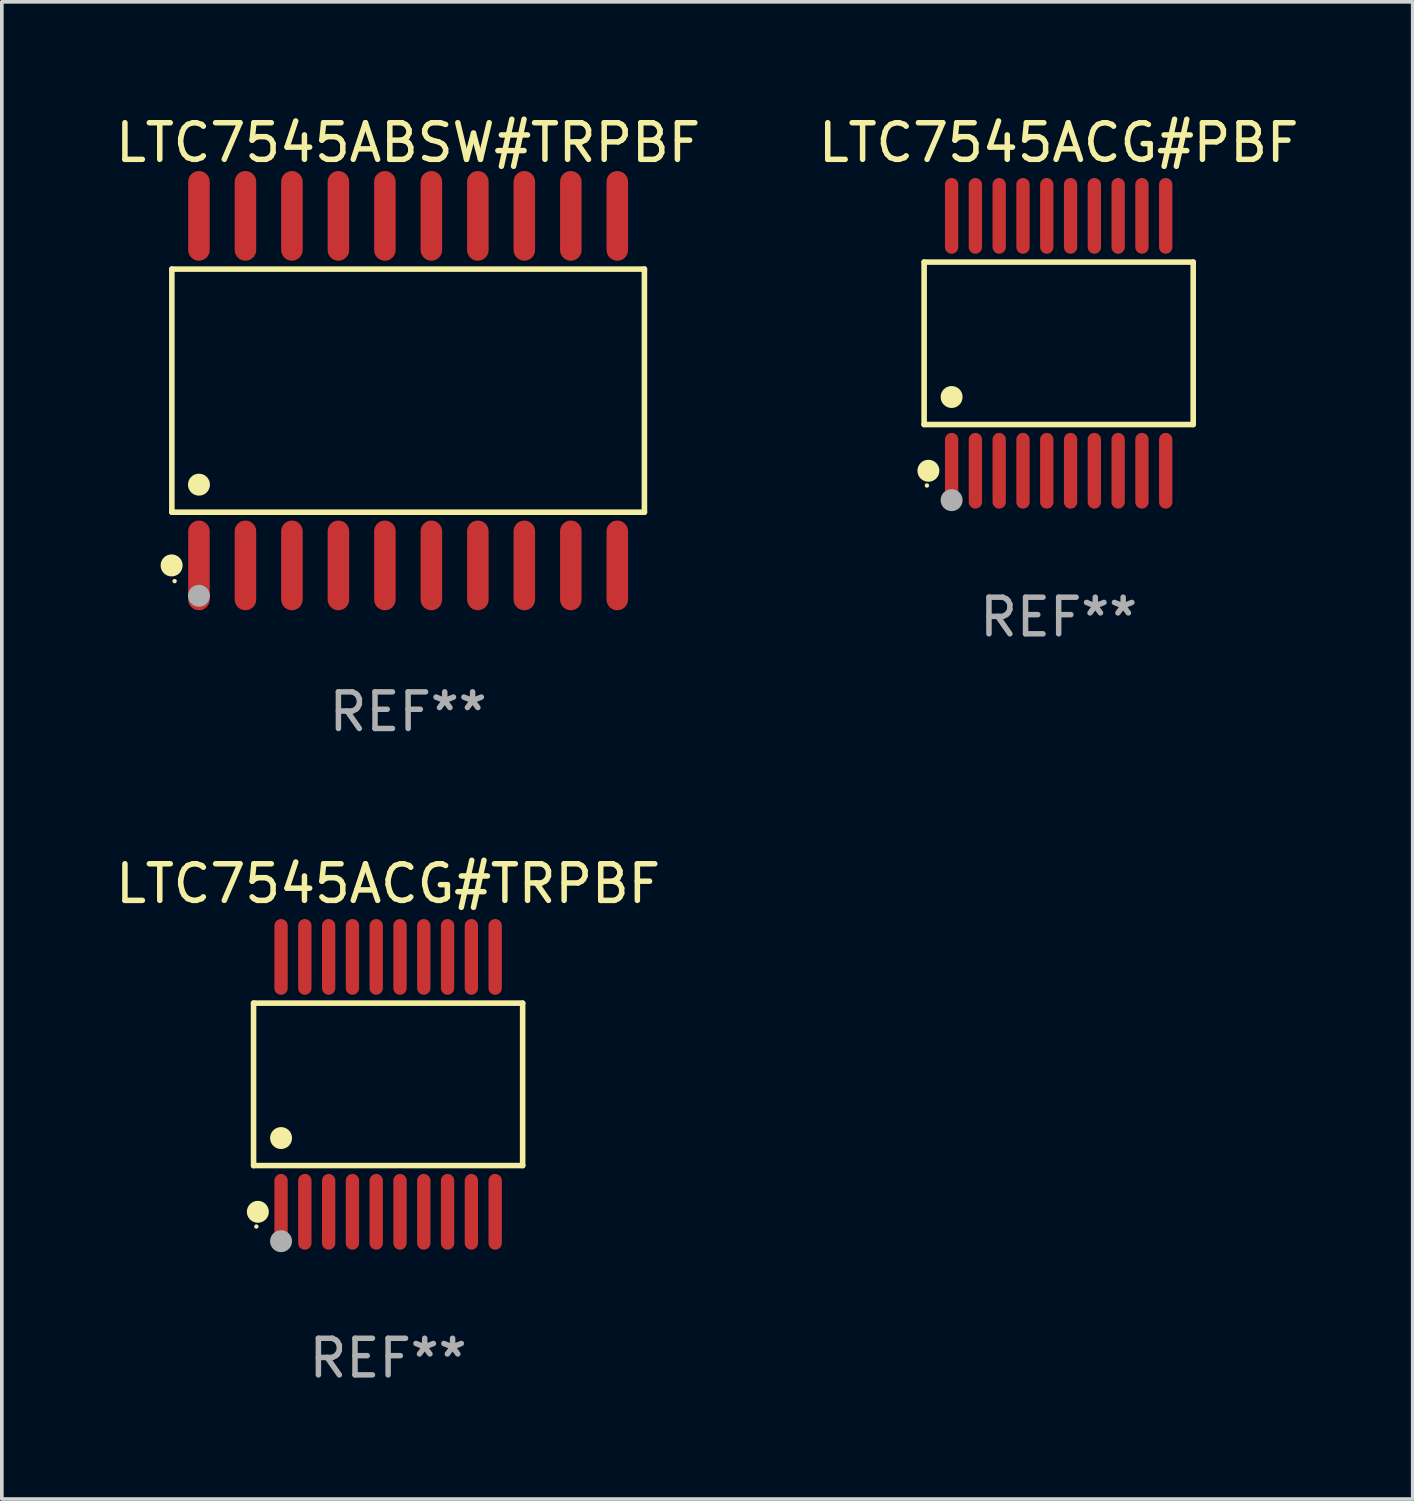
<source format=kicad_pcb>
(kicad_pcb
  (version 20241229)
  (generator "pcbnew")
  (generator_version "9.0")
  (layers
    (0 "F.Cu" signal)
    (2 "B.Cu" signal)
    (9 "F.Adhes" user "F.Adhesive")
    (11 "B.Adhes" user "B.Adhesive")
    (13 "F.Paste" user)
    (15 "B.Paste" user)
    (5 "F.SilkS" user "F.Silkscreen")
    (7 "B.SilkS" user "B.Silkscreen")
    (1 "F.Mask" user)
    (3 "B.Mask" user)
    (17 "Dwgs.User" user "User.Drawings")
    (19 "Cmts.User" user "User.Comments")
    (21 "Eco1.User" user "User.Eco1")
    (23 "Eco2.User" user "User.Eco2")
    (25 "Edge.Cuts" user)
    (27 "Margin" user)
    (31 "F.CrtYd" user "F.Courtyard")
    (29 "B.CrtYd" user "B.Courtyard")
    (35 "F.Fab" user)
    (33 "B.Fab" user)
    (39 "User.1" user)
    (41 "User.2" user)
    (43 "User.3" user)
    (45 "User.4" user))
  (footprint "LTC7545ACG#PBF"
    (layer "F.Cu")
    (at 25.875 6.33)
    (property "Reference" "LTC7545ACG#PBF" (at 0 -5.482 0) (layer "F.SilkS") (effects (font (size 1 1) (thickness 0.15))))
    (attr through_hole)
    (fp_line (start -3.676 -2.219) (end 3.676 -2.219) (stroke (width 0.152) (type solid)) (layer "F.SilkS"))
    (fp_line (start -3.676 2.219) (end -3.676 -2.219) (stroke (width 0.152) (type solid)) (layer "F.SilkS"))
    (fp_line (start 3.676 -2.219) (end 3.676 2.219) (stroke (width 0.152) (type solid)) (layer "F.SilkS"))
    (fp_line (start 3.676 2.219) (end -3.676 2.219) (stroke (width 0.152) (type solid)) (layer "F.SilkS"))
    (fp_circle (center -3.6 3.885) (end -3.57 3.885) (stroke (width 0.06) (type solid)) (fill no) (layer "F.SilkS"))
    (fp_circle (center -3.559 3.482) (end -3.409 3.482) (stroke (width 0.3) (type solid)) (fill no) (layer "F.SilkS"))
    (fp_circle (center -2.925 1.467) (end -2.775 1.467) (stroke (width 0.3) (type solid)) (fill no) (layer "F.SilkS"))
    (fp_circle (center -2.925 4.285) (end -2.775 4.285) (stroke (width 0.3) (type solid)) (fill no) (layer "F.Fab"))
    (fp_text user "REF**" (at 0 7.482 0) (layer "F.Fab") (effects (font (size 1 1) (thickness 0.15))))
    (pad "1" smd oval (at -2.925 3.482) (size 0.364 2.069) (layers "F.Cu" "F.Mask" "F.Paste"))
    (pad "2" smd oval (at -2.275 3.482) (size 0.364 2.069) (layers "F.Cu" "F.Mask" "F.Paste"))
    (pad "3" smd oval (at -1.625 3.482) (size 0.364 2.069) (layers "F.Cu" "F.Mask" "F.Paste"))
    (pad "4" smd oval (at -0.975 3.482) (size 0.364 2.069) (layers "F.Cu" "F.Mask" "F.Paste"))
    (pad "5" smd oval (at -0.325 3.482) (size 0.364 2.069) (layers "F.Cu" "F.Mask" "F.Paste"))
    (pad "6" smd oval (at 0.325 3.482) (size 0.364 2.069) (layers "F.Cu" "F.Mask" "F.Paste"))
    (pad "7" smd oval (at 0.975 3.482) (size 0.364 2.069) (layers "F.Cu" "F.Mask" "F.Paste"))
    (pad "8" smd oval (at 1.625 3.482) (size 0.364 2.069) (layers "F.Cu" "F.Mask" "F.Paste"))
    (pad "9" smd oval (at 2.275 3.482) (size 0.364 2.069) (layers "F.Cu" "F.Mask" "F.Paste"))
    (pad "10" smd oval (at 2.925 3.482) (size 0.364 2.069) (layers "F.Cu" "F.Mask" "F.Paste"))
    (pad "11" smd oval (at 2.925 -3.482) (size 0.364 2.069) (layers "F.Cu" "F.Mask" "F.Paste"))
    (pad "12" smd oval (at 2.275 -3.482) (size 0.364 2.069) (layers "F.Cu" "F.Mask" "F.Paste"))
    (pad "13" smd oval (at 1.625 -3.482) (size 0.364 2.069) (layers "F.Cu" "F.Mask" "F.Paste"))
    (pad "14" smd oval (at 0.975 -3.482) (size 0.364 2.069) (layers "F.Cu" "F.Mask" "F.Paste"))
    (pad "15" smd oval (at 0.325 -3.482) (size 0.364 2.069) (layers "F.Cu" "F.Mask" "F.Paste"))
    (pad "16" smd oval (at -0.325 -3.482) (size 0.364 2.069) (layers "F.Cu" "F.Mask" "F.Paste"))
    (pad "17" smd oval (at -0.975 -3.482) (size 0.364 2.069) (layers "F.Cu" "F.Mask" "F.Paste"))
    (pad "18" smd oval (at -1.625 -3.482) (size 0.364 2.069) (layers "F.Cu" "F.Mask" "F.Paste"))
    (pad "19" smd oval (at -2.275 -3.482) (size 0.364 2.069) (layers "F.Cu" "F.Mask" "F.Paste"))
    (pad "20" smd oval (at -2.925 -3.482) (size 0.364 2.069) (layers "F.Cu" "F.Mask" "F.Paste")))
  (footprint "LTC7545ABSW#TRPBF"
    (layer "F.Cu")
    (at 8.101 7.623)
    (property "Reference" "LTC7545ABSW#TRPBF" (at 0 -6.775 0) (layer "F.SilkS") (effects (font (size 1 1) (thickness 0.15))))
    (attr through_hole)
    (fp_line (start -6.456 -3.321) (end 6.456 -3.321) (stroke (width 0.152) (type solid)) (layer "F.SilkS"))
    (fp_line (start -6.456 3.321) (end -6.456 -3.321) (stroke (width 0.152) (type solid)) (layer "F.SilkS"))
    (fp_line (start 6.456 -3.321) (end 6.456 3.321) (stroke (width 0.152) (type solid)) (layer "F.SilkS"))
    (fp_line (start 6.456 3.321) (end -6.456 3.321) (stroke (width 0.152) (type solid)) (layer "F.SilkS"))
    (fp_circle (center -6.462 4.775) (end -6.311 4.775) (stroke (width 0.3) (type solid)) (fill no) (layer "F.SilkS"))
    (fp_circle (center -6.38 5.205) (end -6.35 5.205) (stroke (width 0.06) (type solid)) (fill no) (layer "F.SilkS"))
    (fp_circle (center -5.715 2.569) (end -5.565 2.569) (stroke (width 0.3) (type solid)) (fill no) (layer "F.SilkS"))
    (fp_circle (center -5.715 5.605) (end -5.565 5.605) (stroke (width 0.3) (type solid)) (fill no) (layer "F.Fab"))
    (fp_text user "REF**" (at 0 8.775 0) (layer "F.Fab") (effects (font (size 1 1) (thickness 0.15))))
    (pad "1" smd oval (at -5.715 4.775) (size 0.588 2.45) (layers "F.Cu" "F.Mask" "F.Paste"))
    (pad "2" smd oval (at -4.445 4.775) (size 0.588 2.45) (layers "F.Cu" "F.Mask" "F.Paste"))
    (pad "3" smd oval (at -3.175 4.775) (size 0.588 2.45) (layers "F.Cu" "F.Mask" "F.Paste"))
    (pad "4" smd oval (at -1.905 4.775) (size 0.588 2.45) (layers "F.Cu" "F.Mask" "F.Paste"))
    (pad "5" smd oval (at -0.635 4.775) (size 0.588 2.45) (layers "F.Cu" "F.Mask" "F.Paste"))
    (pad "6" smd oval (at 0.635 4.775) (size 0.588 2.45) (layers "F.Cu" "F.Mask" "F.Paste"))
    (pad "7" smd oval (at 1.905 4.775) (size 0.588 2.45) (layers "F.Cu" "F.Mask" "F.Paste"))
    (pad "8" smd oval (at 3.175 4.775) (size 0.588 2.45) (layers "F.Cu" "F.Mask" "F.Paste"))
    (pad "9" smd oval (at 4.445 4.775) (size 0.588 2.45) (layers "F.Cu" "F.Mask" "F.Paste"))
    (pad "10" smd oval (at 5.715 4.775) (size 0.588 2.45) (layers "F.Cu" "F.Mask" "F.Paste"))
    (pad "11" smd oval (at 5.715 -4.775) (size 0.588 2.45) (layers "F.Cu" "F.Mask" "F.Paste"))
    (pad "12" smd oval (at 4.445 -4.775) (size 0.588 2.45) (layers "F.Cu" "F.Mask" "F.Paste"))
    (pad "13" smd oval (at 3.175 -4.775) (size 0.588 2.45) (layers "F.Cu" "F.Mask" "F.Paste"))
    (pad "14" smd oval (at 1.905 -4.775) (size 0.588 2.45) (layers "F.Cu" "F.Mask" "F.Paste"))
    (pad "15" smd oval (at 0.635 -4.775) (size 0.588 2.45) (layers "F.Cu" "F.Mask" "F.Paste"))
    (pad "16" smd oval (at -0.635 -4.775) (size 0.588 2.45) (layers "F.Cu" "F.Mask" "F.Paste"))
    (pad "17" smd oval (at -1.905 -4.775) (size 0.588 2.45) (layers "F.Cu" "F.Mask" "F.Paste"))
    (pad "18" smd oval (at -3.175 -4.775) (size 0.588 2.45) (layers "F.Cu" "F.Mask" "F.Paste"))
    (pad "19" smd oval (at -4.445 -4.775) (size 0.588 2.45) (layers "F.Cu" "F.Mask" "F.Paste"))
    (pad "20" smd oval (at -5.715 -4.775) (size 0.588 2.45) (layers "F.Cu" "F.Mask" "F.Paste")))
  (footprint "LTC7545ACG#TRPBF"
    (layer "F.Cu")
    (at 7.554 26.577)
    (property "Reference" "LTC7545ACG#TRPBF" (at 0 -5.482 0) (layer "F.SilkS") (effects (font (size 1 1) (thickness 0.15))))
    (attr through_hole)
    (fp_line (start -3.676 -2.219) (end 3.676 -2.219) (stroke (width 0.152) (type solid)) (layer "F.SilkS"))
    (fp_line (start -3.676 2.219) (end -3.676 -2.219) (stroke (width 0.152) (type solid)) (layer "F.SilkS"))
    (fp_line (start 3.676 -2.219) (end 3.676 2.219) (stroke (width 0.152) (type solid)) (layer "F.SilkS"))
    (fp_line (start 3.676 2.219) (end -3.676 2.219) (stroke (width 0.152) (type solid)) (layer "F.SilkS"))
    (fp_circle (center -3.6 3.885) (end -3.57 3.885) (stroke (width 0.06) (type solid)) (fill no) (layer "F.SilkS"))
    (fp_circle (center -3.559 3.482) (end -3.409 3.482) (stroke (width 0.3) (type solid)) (fill no) (layer "F.SilkS"))
    (fp_circle (center -2.925 1.467) (end -2.775 1.467) (stroke (width 0.3) (type solid)) (fill no) (layer "F.SilkS"))
    (fp_circle (center -2.925 4.285) (end -2.775 4.285) (stroke (width 0.3) (type solid)) (fill no) (layer "F.Fab"))
    (fp_text user "REF**" (at 0 7.482 0) (layer "F.Fab") (effects (font (size 1 1) (thickness 0.15))))
    (pad "1" smd oval (at -2.925 3.482) (size 0.364 2.069) (layers "F.Cu" "F.Mask" "F.Paste"))
    (pad "2" smd oval (at -2.275 3.482) (size 0.364 2.069) (layers "F.Cu" "F.Mask" "F.Paste"))
    (pad "3" smd oval (at -1.625 3.482) (size 0.364 2.069) (layers "F.Cu" "F.Mask" "F.Paste"))
    (pad "4" smd oval (at -0.975 3.482) (size 0.364 2.069) (layers "F.Cu" "F.Mask" "F.Paste"))
    (pad "5" smd oval (at -0.325 3.482) (size 0.364 2.069) (layers "F.Cu" "F.Mask" "F.Paste"))
    (pad "6" smd oval (at 0.325 3.482) (size 0.364 2.069) (layers "F.Cu" "F.Mask" "F.Paste"))
    (pad "7" smd oval (at 0.975 3.482) (size 0.364 2.069) (layers "F.Cu" "F.Mask" "F.Paste"))
    (pad "8" smd oval (at 1.625 3.482) (size 0.364 2.069) (layers "F.Cu" "F.Mask" "F.Paste"))
    (pad "9" smd oval (at 2.275 3.482) (size 0.364 2.069) (layers "F.Cu" "F.Mask" "F.Paste"))
    (pad "10" smd oval (at 2.925 3.482) (size 0.364 2.069) (layers "F.Cu" "F.Mask" "F.Paste"))
    (pad "11" smd oval (at 2.925 -3.482) (size 0.364 2.069) (layers "F.Cu" "F.Mask" "F.Paste"))
    (pad "12" smd oval (at 2.275 -3.482) (size 0.364 2.069) (layers "F.Cu" "F.Mask" "F.Paste"))
    (pad "13" smd oval (at 1.625 -3.482) (size 0.364 2.069) (layers "F.Cu" "F.Mask" "F.Paste"))
    (pad "14" smd oval (at 0.975 -3.482) (size 0.364 2.069) (layers "F.Cu" "F.Mask" "F.Paste"))
    (pad "15" smd oval (at 0.325 -3.482) (size 0.364 2.069) (layers "F.Cu" "F.Mask" "F.Paste"))
    (pad "16" smd oval (at -0.325 -3.482) (size 0.364 2.069) (layers "F.Cu" "F.Mask" "F.Paste"))
    (pad "17" smd oval (at -0.975 -3.482) (size 0.364 2.069) (layers "F.Cu" "F.Mask" "F.Paste"))
    (pad "18" smd oval (at -1.625 -3.482) (size 0.364 2.069) (layers "F.Cu" "F.Mask" "F.Paste"))
    (pad "19" smd oval (at -2.275 -3.482) (size 0.364 2.069) (layers "F.Cu" "F.Mask" "F.Paste"))
    (pad "20" smd oval (at -2.925 -3.482) (size 0.364 2.069) (layers "F.Cu" "F.Mask" "F.Paste")))
  (gr_rect
    (start -3 -3)
    (end 35.548 37.907)
    (stroke (width 0.1) (type default))
    (fill no)
    (layer "Edge.Cuts")))
</source>
